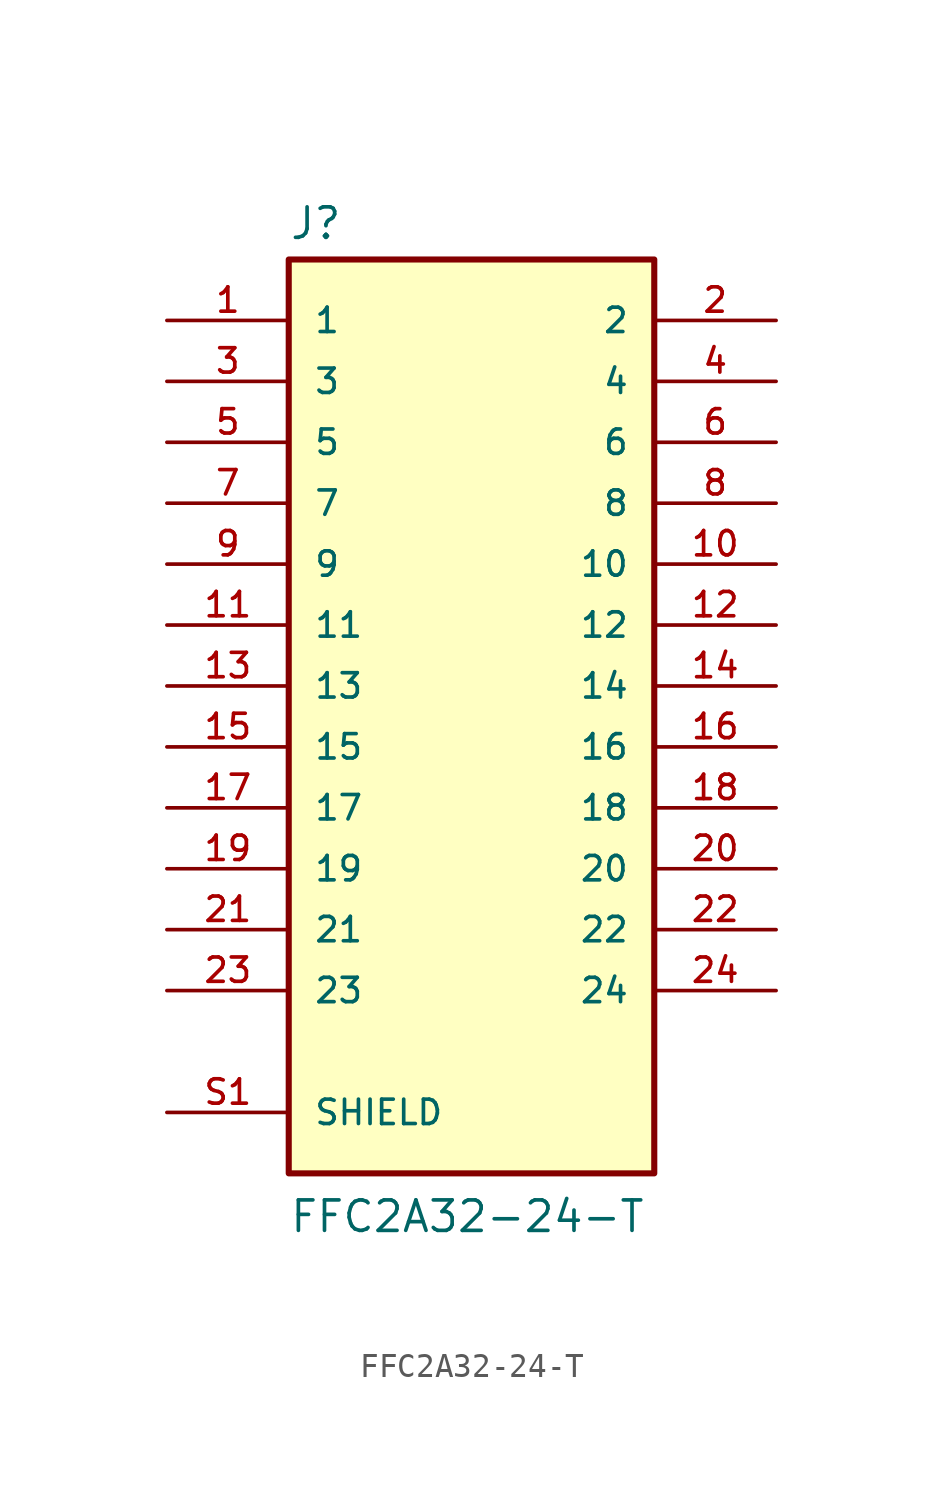
<source format=kicad_sym>
(kicad_symbol_lib
  (version 20211014)
  (generator kicad_symbol_editor)
  (symbol "FFC2A32-24-T"
    (pin_names
      (offset 1.016))
    (property "Reference" "J"
      (at -7.62 18.542 0)
      (effects (font (size 1.27 1.27)) (justify bottom left)))
    (property "Value" "FFC2A32-24-T"
      (at -7.62 -22.86 0)
      (effects (font (size 1.27 1.27)) (justify bottom left)))
    (symbol "FFC2A32-24-T_0_0"
      (rectangle (start -7.62 -20.32) (end 7.62 17.78) (stroke (width 0.254)) (fill (type background)))
      (pin passive line (at -12.7 15.24 0) (length 5.08) (name "1" (effects (font (size 1.016 1.016)))) (number "1" (effects (font (size 1.016 1.016)))))
      (pin passive line (at 12.7 15.24 180.0) (length 5.08) (name "2" (effects (font (size 1.016 1.016)))) (number "2" (effects (font (size 1.016 1.016)))))
      (pin passive line (at -12.7 12.7 0) (length 5.08) (name "3" (effects (font (size 1.016 1.016)))) (number "3" (effects (font (size 1.016 1.016)))))
      (pin passive line (at 12.7 12.7 180.0) (length 5.08) (name "4" (effects (font (size 1.016 1.016)))) (number "4" (effects (font (size 1.016 1.016)))))
      (pin passive line (at -12.7 -17.78 0) (length 5.08) (name "SHIELD" (effects (font (size 1.016 1.016)))) (number "S1" (effects (font (size 1.016 1.016)))))
      (pin passive line (at -12.7 -17.78 0) (length 5.08) hide (name "SHIELD" (effects (font (size 1.016 1.016)))) (number "S2" (effects (font (size 1.016 1.016)))))
      (pin passive line (at -12.7 -17.78 0) (length 5.08) hide (name "SHIELD" (effects (font (size 1.016 1.016)))) (number "S3" (effects (font (size 1.016 1.016)))))
      (pin passive line (at -12.7 -17.78 0) (length 5.08) hide (name "SHIELD" (effects (font (size 1.016 1.016)))) (number "S4" (effects (font (size 1.016 1.016)))))
      (pin passive line (at -12.7 10.16 0) (length 5.08) (name "5" (effects (font (size 1.016 1.016)))) (number "5" (effects (font (size 1.016 1.016)))))
      (pin passive line (at 12.7 10.16 180.0) (length 5.08) (name "6" (effects (font (size 1.016 1.016)))) (number "6" (effects (font (size 1.016 1.016)))))
      (pin passive line (at -12.7 7.62 0) (length 5.08) (name "7" (effects (font (size 1.016 1.016)))) (number "7" (effects (font (size 1.016 1.016)))))
      (pin passive line (at 12.7 7.62 180.0) (length 5.08) (name "8" (effects (font (size 1.016 1.016)))) (number "8" (effects (font (size 1.016 1.016)))))
      (pin passive line (at -12.7 5.08 0) (length 5.08) (name "9" (effects (font (size 1.016 1.016)))) (number "9" (effects (font (size 1.016 1.016)))))
      (pin passive line (at 12.7 5.08 180.0) (length 5.08) (name "10" (effects (font (size 1.016 1.016)))) (number "10" (effects (font (size 1.016 1.016)))))
      (pin passive line (at -12.7 2.54 0) (length 5.08) (name "11" (effects (font (size 1.016 1.016)))) (number "11" (effects (font (size 1.016 1.016)))))
      (pin passive line (at 12.7 2.54 180.0) (length 5.08) (name "12" (effects (font (size 1.016 1.016)))) (number "12" (effects (font (size 1.016 1.016)))))
      (pin passive line (at -12.7 0.0 0) (length 5.08) (name "13" (effects (font (size 1.016 1.016)))) (number "13" (effects (font (size 1.016 1.016)))))
      (pin passive line (at 12.7 0.0 180.0) (length 5.08) (name "14" (effects (font (size 1.016 1.016)))) (number "14" (effects (font (size 1.016 1.016)))))
      (pin passive line (at -12.7 -2.54 0) (length 5.08) (name "15" (effects (font (size 1.016 1.016)))) (number "15" (effects (font (size 1.016 1.016)))))
      (pin passive line (at 12.7 -2.54 180.0) (length 5.08) (name "16" (effects (font (size 1.016 1.016)))) (number "16" (effects (font (size 1.016 1.016)))))
      (pin passive line (at -12.7 -5.08 0) (length 5.08) (name "17" (effects (font (size 1.016 1.016)))) (number "17" (effects (font (size 1.016 1.016)))))
      (pin passive line (at 12.7 -5.08 180.0) (length 5.08) (name "18" (effects (font (size 1.016 1.016)))) (number "18" (effects (font (size 1.016 1.016)))))
      (pin passive line (at -12.7 -7.62 0) (length 5.08) (name "19" (effects (font (size 1.016 1.016)))) (number "19" (effects (font (size 1.016 1.016)))))
      (pin passive line (at 12.7 -7.62 180.0) (length 5.08) (name "20" (effects (font (size 1.016 1.016)))) (number "20" (effects (font (size 1.016 1.016)))))
      (pin passive line (at -12.7 -10.16 0) (length 5.08) (name "21" (effects (font (size 1.016 1.016)))) (number "21" (effects (font (size 1.016 1.016)))))
      (pin passive line (at 12.7 -10.16 180.0) (length 5.08) (name "22" (effects (font (size 1.016 1.016)))) (number "22" (effects (font (size 1.016 1.016)))))
      (pin passive line (at -12.7 -12.7 0) (length 5.08) (name "23" (effects (font (size 1.016 1.016)))) (number "23" (effects (font (size 1.016 1.016)))))
      (pin passive line (at 12.7 -12.7 180.0) (length 5.08) (name "24" (effects (font (size 1.016 1.016)))) (number "24" (effects (font (size 1.016 1.016))))))))
</source>
